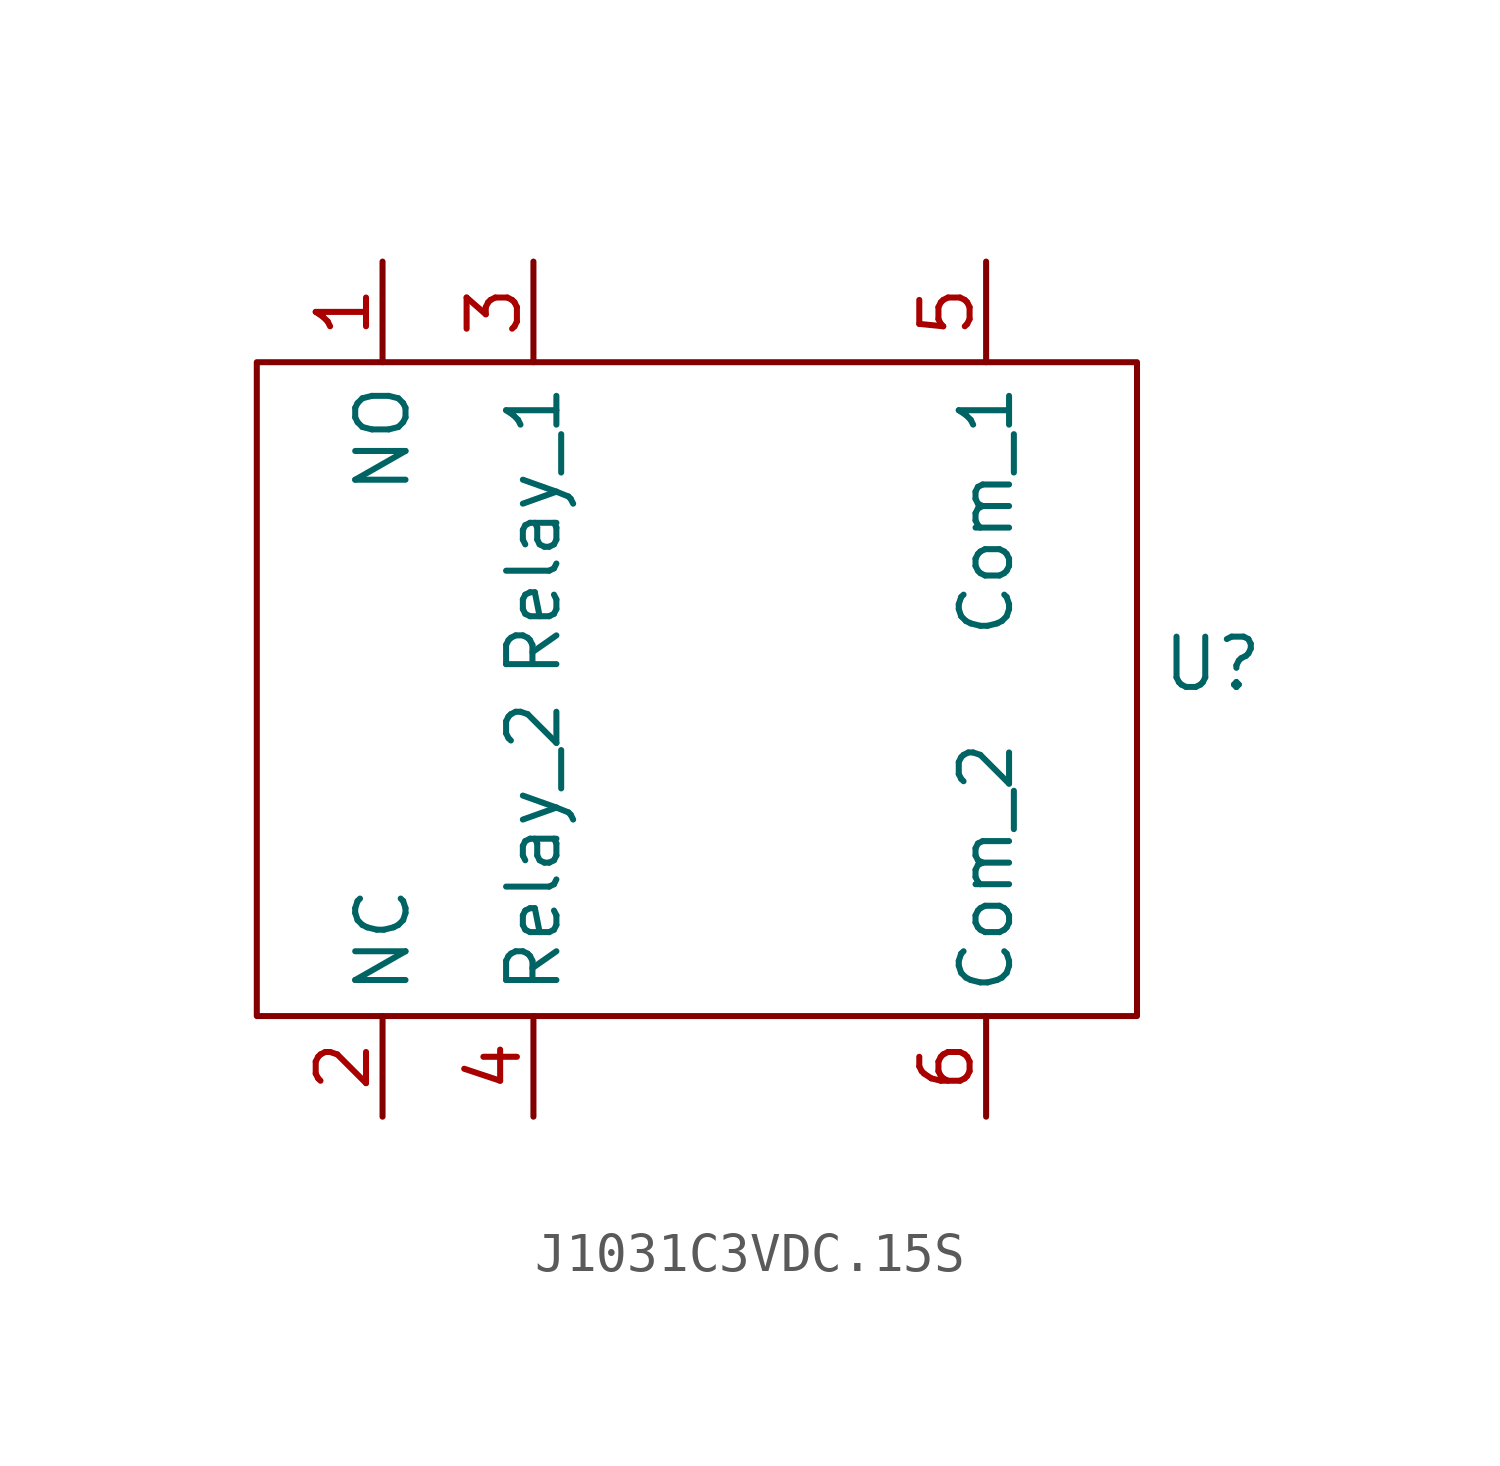
<source format=kicad_sym>
(kicad_symbol_lib
  (version 20220914)
  (generator kicad_symbol_editor)
  (symbol "J1031C3VDC.15S"
    (property "Reference" "U"
      (at 13.335 0 0)
      (effects (font (size 1.27 1.27))))
    (property "Value" ""
      (at 0 2.54 0)
      (effects (font (size 1.27 1.27))))
    (symbol "J1031C3VDC.15S_0_1"
      (rectangle (start -10.795 7.62) (end 11.43 -8.89) (stroke (width 0) (type default)) (fill (type none))))
    (symbol "J1031C3VDC.15S_1_1"
      (pin power_in line (at -7.62 10.16 270) (length 2.54) (name "NO" (effects (font (size 1.27 1.27)))) (number "1" (effects (font (size 1.27 1.27)))))
      (pin power_in line (at -7.62 -11.43 90) (length 2.54) (name "NC" (effects (font (size 1.27 1.27)))) (number "2" (effects (font (size 1.27 1.27)))))
      (pin power_in line (at -3.81 10.16 270) (length 2.54) (name "Relay_1" (effects (font (size 1.27 1.27)))) (number "3" (effects (font (size 1.27 1.27)))))
      (pin power_in line (at -3.81 -11.43 90) (length 2.54) (name "Relay_2" (effects (font (size 1.27 1.27)))) (number "4" (effects (font (size 1.27 1.27)))))
      (pin power_in line (at 7.62 10.16 270) (length 2.54) (name "Com_1" (effects (font (size 1.27 1.27)))) (number "5" (effects (font (size 1.27 1.27)))))
      (pin power_in line (at 7.62 -11.43 90) (length 2.54) (name "Com_2" (effects (font (size 1.27 1.27)))) (number "6" (effects (font (size 1.27 1.27))))))))
</source>
